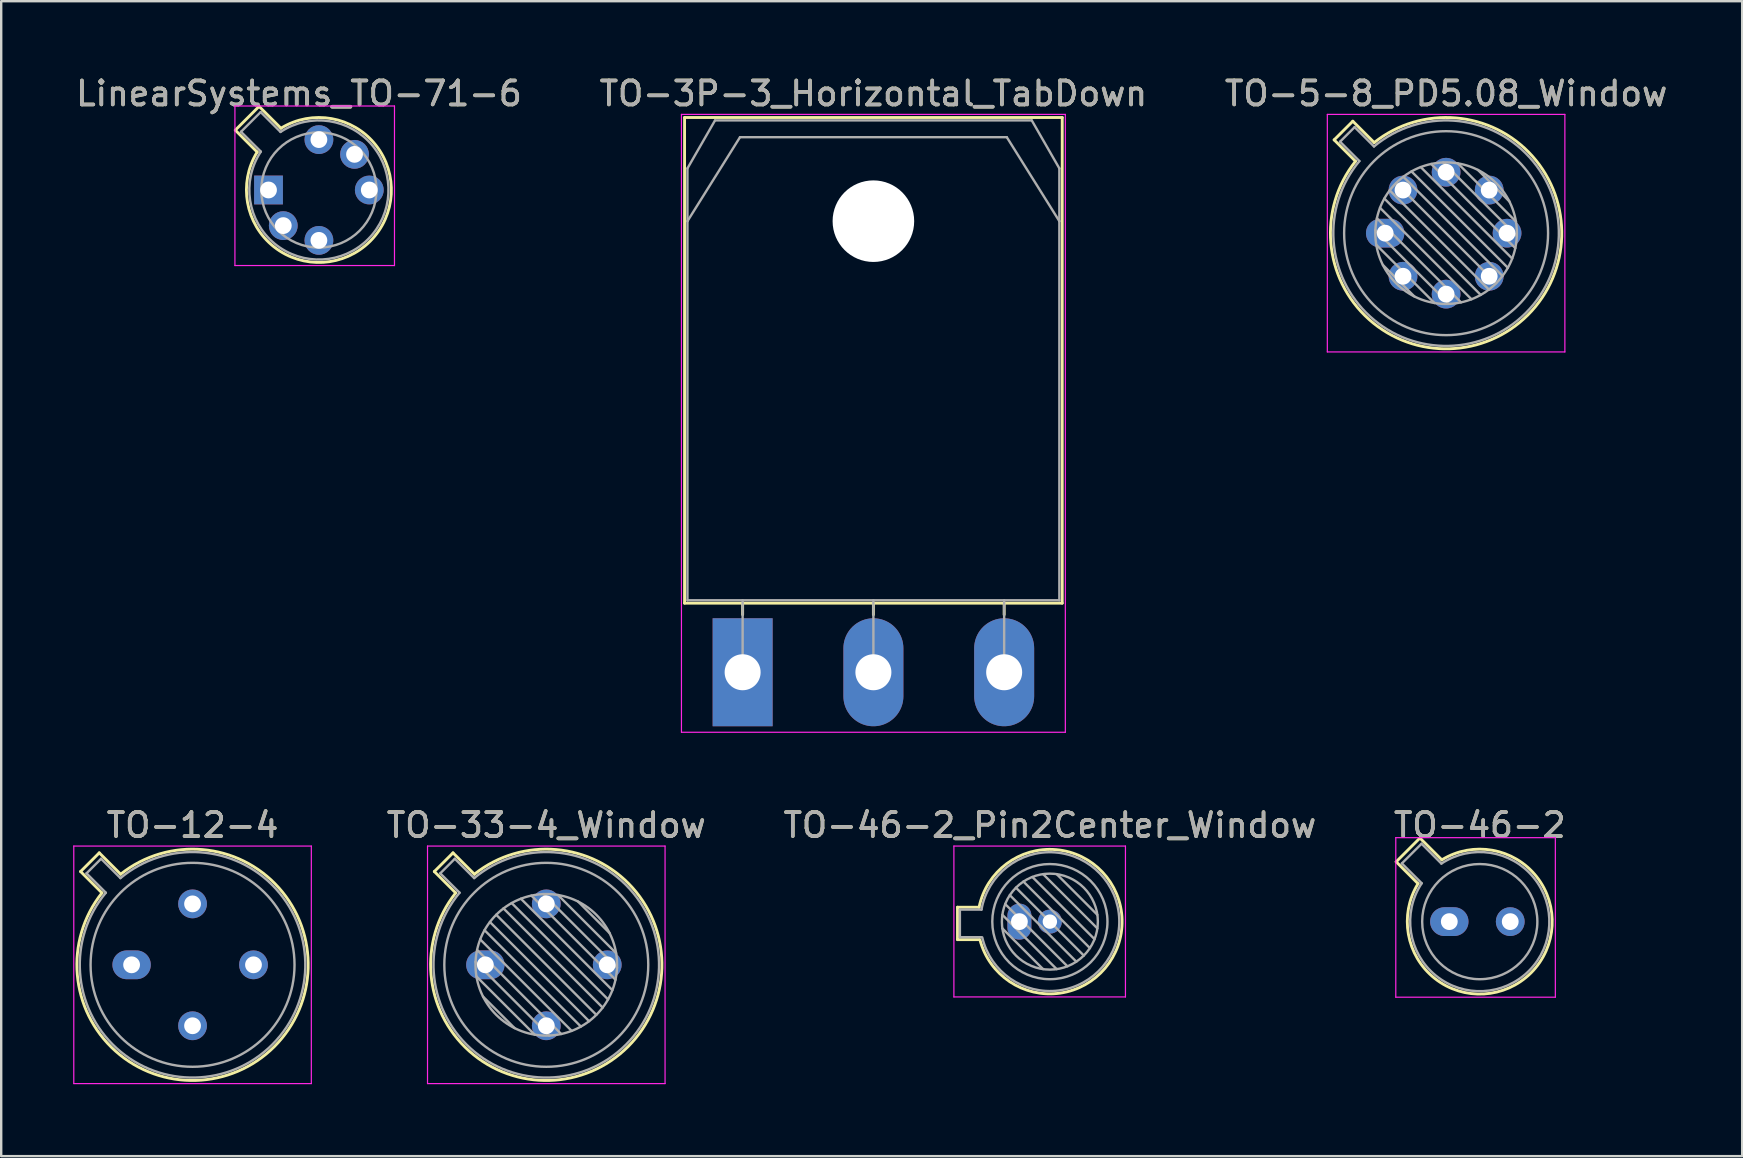
<source format=kicad_pcb>
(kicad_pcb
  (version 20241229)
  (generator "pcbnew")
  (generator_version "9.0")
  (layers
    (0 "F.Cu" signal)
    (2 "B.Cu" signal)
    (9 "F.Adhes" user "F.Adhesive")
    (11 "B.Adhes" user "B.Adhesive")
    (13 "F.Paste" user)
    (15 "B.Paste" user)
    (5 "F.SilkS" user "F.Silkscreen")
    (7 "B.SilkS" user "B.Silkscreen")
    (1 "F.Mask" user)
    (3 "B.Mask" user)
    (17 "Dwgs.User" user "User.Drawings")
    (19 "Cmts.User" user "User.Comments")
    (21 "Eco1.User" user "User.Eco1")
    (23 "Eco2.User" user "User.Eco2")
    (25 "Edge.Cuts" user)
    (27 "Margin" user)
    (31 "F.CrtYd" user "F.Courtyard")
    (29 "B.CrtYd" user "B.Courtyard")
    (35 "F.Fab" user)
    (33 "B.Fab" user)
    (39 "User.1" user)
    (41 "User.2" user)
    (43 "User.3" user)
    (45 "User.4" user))
  (footprint "TO-46-2_Pin2Center_Window"
    (layer "F.Cu")
    (at 39.436 35.361)
    (property "Reference" "TO-46-2_Pin2Center_Window" (at 1.27 -4.02 0) (layer "F.SilkS") (effects (font (size 1 1) (thickness 0.15))))
    (attr through_hole)
    (fp_line (start -2.58 -0.6) (end -2.58 0.75) (stroke (width 0.12) (type solid)) (layer "F.SilkS"))
    (fp_line (start -2.58 0.75) (end -1.68 0.75) (stroke (width 0.12) (type solid)) (layer "F.SilkS"))
    (fp_line (start -1.68 -0.6) (end -2.58 -0.6) (stroke (width 0.12) (type solid)) (layer "F.SilkS"))
    (fp_arc (start -1.68 -0.6) (mid 4.279362 -0.078983) (end -1.644465 0.753918) (stroke (width 0.12) (type solid)) (layer "F.SilkS"))
    (fp_line (start -2.73 -3.15) (end -2.73 3.14) (stroke (width 0.05) (type solid)) (layer "F.CrtYd"))
    (fp_line (start -2.73 -3.15) (end 4.42 -3.15) (stroke (width 0.05) (type solid)) (layer "F.CrtYd"))
    (fp_line (start 4.42 3.14) (end -2.73 3.14) (stroke (width 0.05) (type solid)) (layer "F.CrtYd"))
    (fp_line (start 4.42 3.14) (end 4.42 -3.15) (stroke (width 0.05) (type solid)) (layer "F.CrtYd"))
    (fp_line (start -2.48 -0.5) (end -2.48 0.65) (stroke (width 0.1) (type solid)) (layer "F.Fab"))
    (fp_line (start -2.48 0.65) (end -1.58 0.65) (stroke (width 0.1) (type solid)) (layer "F.Fab"))
    (fp_line (start -1.58 -0.5) (end -2.48 -0.5) (stroke (width 0.1) (type solid)) (layer "F.Fab"))
    (fp_line (start -0.71 -0.283) (end 1.553 1.98) (stroke (width 0.1) (type solid)) (layer "F.Fab"))
    (fp_line (start -0.71 0.283) (end 0.987 1.98) (stroke (width 0.1) (type solid)) (layer "F.Fab"))
    (fp_line (start -0.592 -0.731) (end 2.001 1.862) (stroke (width 0.1) (type solid)) (layer "F.Fab"))
    (fp_line (start -0.399 -1.103) (end 2.373 1.669) (stroke (width 0.1) (type solid)) (layer "F.Fab"))
    (fp_line (start -0.145 -1.415) (end 2.685 1.415) (stroke (width 0.1) (type solid)) (layer "F.Fab"))
    (fp_line (start 0.167 -1.669) (end 2.939 1.103) (stroke (width 0.1) (type solid)) (layer "F.Fab"))
    (fp_line (start 0.539 -1.862) (end 3.132 0.731) (stroke (width 0.1) (type solid)) (layer "F.Fab"))
    (fp_line (start 0.987 -1.98) (end 3.25 0.283) (stroke (width 0.1) (type solid)) (layer "F.Fab"))
    (fp_line (start 1.553 -1.98) (end 3.25 -0.283) (stroke (width 0.1) (type solid)) (layer "F.Fab"))
    (fp_arc (start -1.58 -0.5) (mid 4.1624 -0.08076) (end -1.54766 0.65825) (stroke (width 0.1) (type solid)) (layer "F.Fab"))
    (fp_circle (center 1.27 0) (end 3.27 0) (stroke (width 0.1) (type solid)) (fill no) (layer "F.Fab"))
    (fp_circle (center 1.27 0) (end 3.67 0) (stroke (width 0.1) (type solid)) (fill no) (layer "F.Fab"))
    (fp_text user "${REFERENCE}" (at 1.27 -4.02 0) (layer "F.Fab") (effects (font (size 1 1) (thickness 0.15))))
    (pad "1" thru_hole oval (at 0 0 90) (size 1.5 1) (drill 0.7) (layers "*.Cu" "*.Mask"))
    (pad "2" thru_hole oval (at 1.27 0) (size 1 1) (drill 0.6) (layers "*.Cu" "*.Mask")))
  (footprint "TO-33-4_Window"
    (layer "F.Cu")
    (at 17.178 37.161)
    (property "Reference" "TO-33-4_Window" (at 2.54 -5.82 0) (layer "F.SilkS") (effects (font (size 1 1) (thickness 0.15))))
    (attr through_hole)
    (fp_line (start -2.126 -3.888) (end -1.235 -2.997) (stroke (width 0.12) (type solid)) (layer "F.SilkS"))
    (fp_line (start -1.348 -4.666) (end -2.126 -3.888) (stroke (width 0.12) (type solid)) (layer "F.SilkS"))
    (fp_line (start -0.457 -3.775) (end -1.348 -4.666) (stroke (width 0.12) (type solid)) (layer "F.SilkS"))
    (fp_arc (start -0.457084 -3.774902) (mid 5.948125 3.408384) (end -1.234674 -2.997371) (stroke (width 0.12) (type solid)) (layer "F.SilkS"))
    (fp_line (start -2.41 -4.95) (end -2.41 4.95) (stroke (width 0.05) (type solid)) (layer "F.CrtYd"))
    (fp_line (start -2.41 4.95) (end 7.49 4.95) (stroke (width 0.05) (type solid)) (layer "F.CrtYd"))
    (fp_line (start 7.49 -4.95) (end -2.41 -4.95) (stroke (width 0.05) (type solid)) (layer "F.CrtYd"))
    (fp_line (start 7.49 4.95) (end 7.49 -4.95) (stroke (width 0.05) (type solid)) (layer "F.CrtYd"))
    (fp_line (start -1.88 -3.812) (end -1.074 -3.005) (stroke (width 0.1) (type solid)) (layer "F.Fab"))
    (fp_line (start -1.272 -4.42) (end -1.88 -3.812) (stroke (width 0.1) (type solid)) (layer "F.Fab"))
    (fp_line (start -0.465 -3.614) (end -1.272 -4.42) (stroke (width 0.1) (type solid)) (layer "F.Fab"))
    (fp_line (start -0.408 -0.12) (end 2.66 2.948) (stroke (width 0.1) (type solid)) (layer "F.Fab"))
    (fp_line (start -0.371 0.485) (end 2.055 2.911) (stroke (width 0.1) (type solid)) (layer "F.Fab"))
    (fp_line (start -0.344 -0.622) (end 3.162 2.884) (stroke (width 0.1) (type solid)) (layer "F.Fab"))
    (fp_line (start -0.215 -1.058) (end 3.598 2.755) (stroke (width 0.1) (type solid)) (layer "F.Fab"))
    (fp_line (start -0.097 1.324) (end 1.216 2.637) (stroke (width 0.1) (type solid)) (layer "F.Fab"))
    (fp_line (start -0.034 -1.443) (end 3.983 2.574) (stroke (width 0.1) (type solid)) (layer "F.Fab"))
    (fp_line (start 0.19 -1.784) (end 4.324 2.35) (stroke (width 0.1) (type solid)) (layer "F.Fab"))
    (fp_line (start 0.454 -2.086) (end 4.626 2.086) (stroke (width 0.1) (type solid)) (layer "F.Fab"))
    (fp_line (start 0.756 -2.35) (end 4.89 1.784) (stroke (width 0.1) (type solid)) (layer "F.Fab"))
    (fp_line (start 1.097 -2.574) (end 5.114 1.443) (stroke (width 0.1) (type solid)) (layer "F.Fab"))
    (fp_line (start 1.482 -2.755) (end 5.295 1.058) (stroke (width 0.1) (type solid)) (layer "F.Fab"))
    (fp_line (start 1.918 -2.884) (end 5.424 0.622) (stroke (width 0.1) (type solid)) (layer "F.Fab"))
    (fp_line (start 2.42 -2.948) (end 5.488 0.12) (stroke (width 0.1) (type solid)) (layer "F.Fab"))
    (fp_line (start 3.025 -2.911) (end 5.451 -0.485) (stroke (width 0.1) (type solid)) (layer "F.Fab"))
    (fp_line (start 3.864 -2.637) (end 5.177 -1.324) (stroke (width 0.1) (type solid)) (layer "F.Fab"))
    (fp_arc (start -0.465408 -3.61352) (mid 5.863443 3.323361) (end -1.073594 -3.005319) (stroke (width 0.1) (type solid)) (layer "F.Fab"))
    (fp_circle (center 2.54 0) (end 5.49 0) (stroke (width 0.1) (type solid)) (fill no) (layer "F.Fab"))
    (fp_circle (center 2.54 0) (end 6.79 0) (stroke (width 0.1) (type solid)) (fill no) (layer "F.Fab"))
    (fp_text user "${REFERENCE}" (at 2.54 -5.82 0) (layer "F.Fab") (effects (font (size 1 1) (thickness 0.15))))
    (pad "1" thru_hole oval (at 0 0) (size 1.6 1.2) (drill 0.7) (layers "*.Cu" "*.Mask"))
    (pad "2" thru_hole oval (at 2.54 2.54) (size 1.2 1.2) (drill 0.7) (layers "*.Cu" "*.Mask"))
    (pad "3" thru_hole oval (at 5.08 0) (size 1.2 1.2) (drill 0.7) (layers "*.Cu" "*.Mask"))
    (pad "4" thru_hole oval (at 2.54 -2.54) (size 1.2 1.2) (drill 0.7) (layers "*.Cu" "*.Mask")))
  (footprint "TO-3P-3_Horizontal_TabDown"
    (layer "F.Cu")
    (at 27.901 24.968)
    (property "Reference" "TO-3P-3_Horizontal_TabDown" (at 5.45 -24.12 0) (layer "F.SilkS") (effects (font (size 1 1) (thickness 0.15))))
    (attr through_hole)
    (fp_line (start -2.42 -23.12) (end -2.42 -2.88) (stroke (width 0.12) (type solid)) (layer "F.SilkS"))
    (fp_line (start -2.42 -23.12) (end 13.32 -23.12) (stroke (width 0.12) (type solid)) (layer "F.SilkS"))
    (fp_line (start -2.42 -2.88) (end 13.32 -2.88) (stroke (width 0.12) (type solid)) (layer "F.SilkS"))
    (fp_line (start 0 -2.88) (end 0 -2.4) (stroke (width 0.12) (type solid)) (layer "F.SilkS"))
    (fp_line (start 5.45 -2.88) (end 5.45 -2.4) (stroke (width 0.12) (type solid)) (layer "F.SilkS"))
    (fp_line (start 10.9 -2.88) (end 10.9 -2.4) (stroke (width 0.12) (type solid)) (layer "F.SilkS"))
    (fp_line (start 13.32 -23.12) (end 13.32 -2.88) (stroke (width 0.12) (type solid)) (layer "F.SilkS"))
    (fp_line (start -2.55 -23.25) (end -2.55 2.5) (stroke (width 0.05) (type solid)) (layer "F.CrtYd"))
    (fp_line (start -2.55 2.5) (end 13.45 2.5) (stroke (width 0.05) (type solid)) (layer "F.CrtYd"))
    (fp_line (start 13.45 -23.25) (end -2.55 -23.25) (stroke (width 0.05) (type solid)) (layer "F.CrtYd"))
    (fp_line (start 13.45 2.5) (end 13.45 -23.25) (stroke (width 0.05) (type solid)) (layer "F.CrtYd"))
    (fp_line (start -2.3 -21) (end -1.15 -23) (stroke (width 0.1) (type solid)) (layer "F.Fab"))
    (fp_line (start -2.3 -18.8) (end -2.3 -21) (stroke (width 0.1) (type solid)) (layer "F.Fab"))
    (fp_line (start -2.3 -18.8) (end -0.11 -22.3) (stroke (width 0.1) (type solid)) (layer "F.Fab"))
    (fp_line (start -2.3 -3) (end -2.3 -18.8) (stroke (width 0.1) (type solid)) (layer "F.Fab"))
    (fp_line (start -1.15 -23) (end 12.05 -23) (stroke (width 0.1) (type solid)) (layer "F.Fab"))
    (fp_line (start -0.11 -22.3) (end 11.01 -22.3) (stroke (width 0.1) (type solid)) (layer "F.Fab"))
    (fp_line (start 0 -3) (end 0 0) (stroke (width 0.1) (type solid)) (layer "F.Fab"))
    (fp_line (start 5.45 -3) (end 5.45 0) (stroke (width 0.1) (type solid)) (layer "F.Fab"))
    (fp_line (start 10.9 -3) (end 10.9 0) (stroke (width 0.1) (type solid)) (layer "F.Fab"))
    (fp_line (start 11.01 -22.3) (end 13.2 -18.8) (stroke (width 0.1) (type solid)) (layer "F.Fab"))
    (fp_line (start 12.05 -23) (end 13.2 -21) (stroke (width 0.1) (type solid)) (layer "F.Fab"))
    (fp_line (start 13.2 -21) (end 13.2 -18.8) (stroke (width 0.1) (type solid)) (layer "F.Fab"))
    (fp_line (start 13.2 -18.8) (end 13.2 -3) (stroke (width 0.1) (type solid)) (layer "F.Fab"))
    (fp_line (start 13.2 -3) (end -2.3 -3) (stroke (width 0.1) (type solid)) (layer "F.Fab"))
    (fp_circle (center 5.45 -18.8) (end 7.05 -18.8) (stroke (width 0.1) (type solid)) (fill no) (layer "F.Fab"))
    (fp_text user "${REFERENCE}" (at 5.45 -24.12 0) (layer "F.Fab") (effects (font (size 1 1) (thickness 0.15))))
    (pad "" np_thru_hole oval (at 5.45 -18.8) (size 3.4 3.4) (drill 3.4) (layers "*.Cu" "*.Mask"))
    (pad "1" thru_hole rect (at 0 0) (size 2.5 4.5) (drill 1.5) (layers "*.Cu" "*.Mask"))
    (pad "2" thru_hole oval (at 5.45 0) (size 2.5 4.5) (drill 1.5) (layers "*.Cu" "*.Mask"))
    (pad "3" thru_hole oval (at 10.9 0) (size 2.5 4.5) (drill 1.5) (layers "*.Cu" "*.Mask")))
  (footprint "TO-46-2"
    (layer "F.Cu")
    (at 57.353 35.361)
    (property "Reference" "TO-46-2" (at 1.27 -4.02 0) (layer "F.SilkS") (effects (font (size 1 1) (thickness 0.15))))
    (attr through_hole)
    (fp_line (start -2.214 -2.494) (end -1.302 -1.582) (stroke (width 0.12) (type solid)) (layer "F.SilkS"))
    (fp_line (start -1.224 -3.484) (end -2.214 -2.494) (stroke (width 0.12) (type solid)) (layer "F.SilkS"))
    (fp_line (start -0.312 -2.572) (end -1.224 -3.484) (stroke (width 0.12) (type solid)) (layer "F.SilkS"))
    (fp_arc (start -0.312331 -2.572281) (mid 3.405374 2.135551) (end -1.30215 -1.582544) (stroke (width 0.12) (type solid)) (layer "F.SilkS"))
    (fp_line (start -2.23 -3.5) (end -2.23 3.15) (stroke (width 0.05) (type solid)) (layer "F.CrtYd"))
    (fp_line (start -2.23 3.15) (end 4.42 3.15) (stroke (width 0.05) (type solid)) (layer "F.CrtYd"))
    (fp_line (start 4.42 -3.5) (end -2.23 -3.5) (stroke (width 0.05) (type solid)) (layer "F.CrtYd"))
    (fp_line (start 4.42 3.15) (end 4.42 -3.5) (stroke (width 0.05) (type solid)) (layer "F.CrtYd"))
    (fp_line (start -1.977 -2.426) (end -1.149 -1.599) (stroke (width 0.1) (type solid)) (layer "F.Fab"))
    (fp_line (start -1.156 -3.247) (end -1.977 -2.426) (stroke (width 0.1) (type solid)) (layer "F.Fab"))
    (fp_line (start -0.329 -2.419) (end -1.156 -3.247) (stroke (width 0.1) (type solid)) (layer "F.Fab"))
    (fp_arc (start -0.329057 -2.419301) (mid 3.321076 2.050143) (end -1.150029 -1.597956) (stroke (width 0.1) (type solid)) (layer "F.Fab"))
    (fp_circle (center 1.27 0) (end 3.67 0) (stroke (width 0.1) (type solid)) (fill no) (layer "F.Fab"))
    (fp_text user "${REFERENCE}" (at 1.27 -4.02 0) (layer "F.Fab") (effects (font (size 1 1) (thickness 0.15))))
    (pad "1" thru_hole oval (at 0 0) (size 1.6 1.2) (drill 0.7) (layers "*.Cu" "*.Mask"))
    (pad "2" thru_hole oval (at 2.54 0) (size 1.2 1.2) (drill 0.7) (layers "*.Cu" "*.Mask")))
  (footprint "TO-5-8_PD5.08_Window"
    (layer "F.Cu")
    (at 54.68 6.668)
    (property "Reference" "TO-5-8_PD5.08_Window" (at 2.54 -5.82 0) (layer "F.SilkS") (effects (font (size 1 1) (thickness 0.15))))
    (attr through_hole)
    (fp_line (start -2.126 -3.888) (end -1.235 -2.997) (stroke (width 0.12) (type solid)) (layer "F.SilkS"))
    (fp_line (start -1.348 -4.666) (end -2.126 -3.888) (stroke (width 0.12) (type solid)) (layer "F.SilkS"))
    (fp_line (start -0.457 -3.775) (end -1.348 -4.666) (stroke (width 0.12) (type solid)) (layer "F.SilkS"))
    (fp_arc (start -0.457084 -3.774902) (mid 5.948125 3.408384) (end -1.234674 -2.997371) (stroke (width 0.12) (type solid)) (layer "F.SilkS"))
    (fp_line (start -2.41 -4.95) (end -2.41 4.95) (stroke (width 0.05) (type solid)) (layer "F.CrtYd"))
    (fp_line (start -2.41 4.95) (end 7.49 4.95) (stroke (width 0.05) (type solid)) (layer "F.CrtYd"))
    (fp_line (start 7.49 -4.95) (end -2.41 -4.95) (stroke (width 0.05) (type solid)) (layer "F.CrtYd"))
    (fp_line (start 7.49 4.95) (end 7.49 -4.95) (stroke (width 0.05) (type solid)) (layer "F.CrtYd"))
    (fp_line (start -1.88 -3.812) (end -1.074 -3.005) (stroke (width 0.1) (type solid)) (layer "F.Fab"))
    (fp_line (start -1.272 -4.42) (end -1.88 -3.812) (stroke (width 0.1) (type solid)) (layer "F.Fab"))
    (fp_line (start -0.465 -3.614) (end -1.272 -4.42) (stroke (width 0.1) (type solid)) (layer "F.Fab"))
    (fp_line (start -0.408 -0.12) (end 2.66 2.948) (stroke (width 0.1) (type solid)) (layer "F.Fab"))
    (fp_line (start -0.371 0.485) (end 2.055 2.911) (stroke (width 0.1) (type solid)) (layer "F.Fab"))
    (fp_line (start -0.344 -0.622) (end 3.162 2.884) (stroke (width 0.1) (type solid)) (layer "F.Fab"))
    (fp_line (start -0.215 -1.058) (end 3.598 2.755) (stroke (width 0.1) (type solid)) (layer "F.Fab"))
    (fp_line (start -0.097 1.324) (end 1.216 2.637) (stroke (width 0.1) (type solid)) (layer "F.Fab"))
    (fp_line (start -0.034 -1.443) (end 3.983 2.574) (stroke (width 0.1) (type solid)) (layer "F.Fab"))
    (fp_line (start 0.19 -1.784) (end 4.324 2.35) (stroke (width 0.1) (type solid)) (layer "F.Fab"))
    (fp_line (start 0.454 -2.086) (end 4.626 2.086) (stroke (width 0.1) (type solid)) (layer "F.Fab"))
    (fp_line (start 0.756 -2.35) (end 4.89 1.784) (stroke (width 0.1) (type solid)) (layer "F.Fab"))
    (fp_line (start 1.097 -2.574) (end 5.114 1.443) (stroke (width 0.1) (type solid)) (layer "F.Fab"))
    (fp_line (start 1.482 -2.755) (end 5.295 1.058) (stroke (width 0.1) (type solid)) (layer "F.Fab"))
    (fp_line (start 1.918 -2.884) (end 5.424 0.622) (stroke (width 0.1) (type solid)) (layer "F.Fab"))
    (fp_line (start 2.42 -2.948) (end 5.488 0.12) (stroke (width 0.1) (type solid)) (layer "F.Fab"))
    (fp_line (start 3.025 -2.911) (end 5.451 -0.485) (stroke (width 0.1) (type solid)) (layer "F.Fab"))
    (fp_line (start 3.864 -2.637) (end 5.177 -1.324) (stroke (width 0.1) (type solid)) (layer "F.Fab"))
    (fp_arc (start -0.465408 -3.61352) (mid 5.863443 3.323361) (end -1.073594 -3.005319) (stroke (width 0.1) (type solid)) (layer "F.Fab"))
    (fp_circle (center 2.54 0) (end 5.49 0) (stroke (width 0.1) (type solid)) (fill no) (layer "F.Fab"))
    (fp_circle (center 2.54 0) (end 6.79 0) (stroke (width 0.1) (type solid)) (fill no) (layer "F.Fab"))
    (fp_text user "${REFERENCE}" (at 2.54 -5.82 0) (layer "F.Fab") (effects (font (size 1 1) (thickness 0.15))))
    (pad "1" thru_hole oval (at 0 0) (size 1.6 1.2) (drill 0.7) (layers "*.Cu" "*.Mask"))
    (pad "2" thru_hole oval (at 0.744 1.796) (size 1.2 1.2) (drill 0.7) (layers "*.Cu" "*.Mask"))
    (pad "3" thru_hole oval (at 2.54 2.54) (size 1.2 1.2) (drill 0.7) (layers "*.Cu" "*.Mask"))
    (pad "4" thru_hole oval (at 4.336 1.796) (size 1.2 1.2) (drill 0.7) (layers "*.Cu" "*.Mask"))
    (pad "5" thru_hole oval (at 5.08 0) (size 1.2 1.2) (drill 0.7) (layers "*.Cu" "*.Mask"))
    (pad "6" thru_hole oval (at 4.336 -1.796) (size 1.2 1.2) (drill 0.7) (layers "*.Cu" "*.Mask"))
    (pad "7" thru_hole oval (at 2.54 -2.54) (size 1.2 1.2) (drill 0.7) (layers "*.Cu" "*.Mask"))
    (pad "8" thru_hole oval (at 0.744 -1.796) (size 1.2 1.2) (drill 0.7) (layers "*.Cu" "*.Mask")))
  (footprint "TO-12-4"
    (layer "F.Cu")
    (at 2.435 37.161)
    (property "Reference" "TO-12-4" (at 2.54 -5.82 0) (layer "F.SilkS") (effects (font (size 1 1) (thickness 0.15))))
    (attr through_hole)
    (fp_line (start -2.126 -3.888) (end -1.235 -2.997) (stroke (width 0.12) (type solid)) (layer "F.SilkS"))
    (fp_line (start -1.348 -4.666) (end -2.126 -3.888) (stroke (width 0.12) (type solid)) (layer "F.SilkS"))
    (fp_line (start -0.457 -3.775) (end -1.348 -4.666) (stroke (width 0.12) (type solid)) (layer "F.SilkS"))
    (fp_arc (start -0.457084 -3.774902) (mid 5.948125 3.408384) (end -1.234674 -2.997371) (stroke (width 0.12) (type solid)) (layer "F.SilkS"))
    (fp_line (start -2.41 -4.95) (end -2.41 4.95) (stroke (width 0.05) (type solid)) (layer "F.CrtYd"))
    (fp_line (start -2.41 4.95) (end 7.49 4.95) (stroke (width 0.05) (type solid)) (layer "F.CrtYd"))
    (fp_line (start 7.49 -4.95) (end -2.41 -4.95) (stroke (width 0.05) (type solid)) (layer "F.CrtYd"))
    (fp_line (start 7.49 4.95) (end 7.49 -4.95) (stroke (width 0.05) (type solid)) (layer "F.CrtYd"))
    (fp_line (start -1.88 -3.812) (end -1.074 -3.005) (stroke (width 0.1) (type solid)) (layer "F.Fab"))
    (fp_line (start -1.272 -4.42) (end -1.88 -3.812) (stroke (width 0.1) (type solid)) (layer "F.Fab"))
    (fp_line (start -0.465 -3.614) (end -1.272 -4.42) (stroke (width 0.1) (type solid)) (layer "F.Fab"))
    (fp_arc (start -0.465408 -3.61352) (mid 5.863443 3.323361) (end -1.073594 -3.005319) (stroke (width 0.1) (type solid)) (layer "F.Fab"))
    (fp_circle (center 2.54 0) (end 6.79 0) (stroke (width 0.1) (type solid)) (fill no) (layer "F.Fab"))
    (fp_text user "${REFERENCE}" (at 2.54 -5.82 0) (layer "F.Fab") (effects (font (size 1 1) (thickness 0.15))))
    (pad "1" thru_hole oval (at 0 0) (size 1.6 1.2) (drill 0.7) (layers "*.Cu" "*.Mask"))
    (pad "2" thru_hole oval (at 2.54 2.54) (size 1.2 1.2) (drill 0.7) (layers "*.Cu" "*.Mask"))
    (pad "3" thru_hole oval (at 5.08 0) (size 1.2 1.2) (drill 0.7) (layers "*.Cu" "*.Mask"))
    (pad "4" thru_hole oval (at 2.54 -2.54) (size 1.2 1.2) (drill 0.7) (layers "*.Cu" "*.Mask")))
  (footprint "LinearSystems_TO-71-6"
    (layer "F.Cu")
    (at 8.141 4.868)
    (property "Reference" "LinearSystems_TO-71-6" (at 1.27 -4.02 0) (layer "F.SilkS") (effects (font (size 1 1) (thickness 0.15))))
    (attr through_hole)
    (fp_line (start -1.384 -2.494) (end -0.472 -1.582) (stroke (width 0.12) (type solid)) (layer "F.SilkS"))
    (fp_line (start -0.394 -3.484) (end -1.384 -2.494) (stroke (width 0.12) (type solid)) (layer "F.SilkS"))
    (fp_line (start 0.518 -2.572) (end -0.394 -3.484) (stroke (width 0.12) (type solid)) (layer "F.SilkS"))
    (fp_arc (start 0.517669 -2.572281) (mid 4.235374 2.135551) (end -0.47215 -1.582544) (stroke (width 0.12) (type solid)) (layer "F.SilkS"))
    (fp_line (start -1.4 -3.5) (end -1.4 3.15) (stroke (width 0.05) (type solid)) (layer "F.CrtYd"))
    (fp_line (start -1.4 3.15) (end 5.25 3.15) (stroke (width 0.05) (type solid)) (layer "F.CrtYd"))
    (fp_line (start 5.25 -3.5) (end -1.4 -3.5) (stroke (width 0.05) (type solid)) (layer "F.CrtYd"))
    (fp_line (start 5.25 3.15) (end 5.25 -3.5) (stroke (width 0.05) (type solid)) (layer "F.CrtYd"))
    (fp_line (start -1.147 -2.426) (end -0.319 -1.599) (stroke (width 0.1) (type solid)) (layer "F.Fab"))
    (fp_line (start -0.326 -3.247) (end -1.147 -2.426) (stroke (width 0.1) (type solid)) (layer "F.Fab"))
    (fp_line (start 0.501 -2.419) (end -0.326 -3.247) (stroke (width 0.1) (type solid)) (layer "F.Fab"))
    (fp_arc (start 0.500943 -2.419301) (mid 4.151076 2.050143) (end -0.320029 -1.597956) (stroke (width 0.1) (type solid)) (layer "F.Fab"))
    (fp_circle (center 2.1 0) (end 4.5 0) (stroke (width 0.1) (type solid)) (fill no) (layer "F.Fab"))
    (fp_text user "${REFERENCE}" (at 1.27 -4.02 0) (layer "F.Fab") (effects (font (size 1 1) (thickness 0.15))))
    (pad "1" thru_hole rect (at 0 0) (size 1.2 1.2) (drill 0.7) (layers "*.Cu" "*.Mask"))
    (pad "2" thru_hole circle (at 0.615 1.485) (size 1.2 1.2) (drill 0.7) (layers "*.Cu" "*.Mask"))
    (pad "3" thru_hole circle (at 2.1 2.1) (size 1.2 1.2) (drill 0.7) (layers "*.Cu" "*.Mask"))
    (pad "5" thru_hole circle (at 4.2 0) (size 1.2 1.2) (drill 0.7) (layers "*.Cu" "*.Mask"))
    (pad "6" thru_hole circle (at 3.585 -1.485) (size 1.2 1.2) (drill 0.7) (layers "*.Cu" "*.Mask"))
    (pad "7" thru_hole circle (at 2.1 -2.1) (size 1.2 1.2) (drill 0.7) (layers "*.Cu" "*.Mask")))
  (gr_rect
    (start -3 -3)
    (end 69.56 45.136)
    (stroke (width 0.1) (type default))
    (fill no)
    (layer "Edge.Cuts")))
</source>
